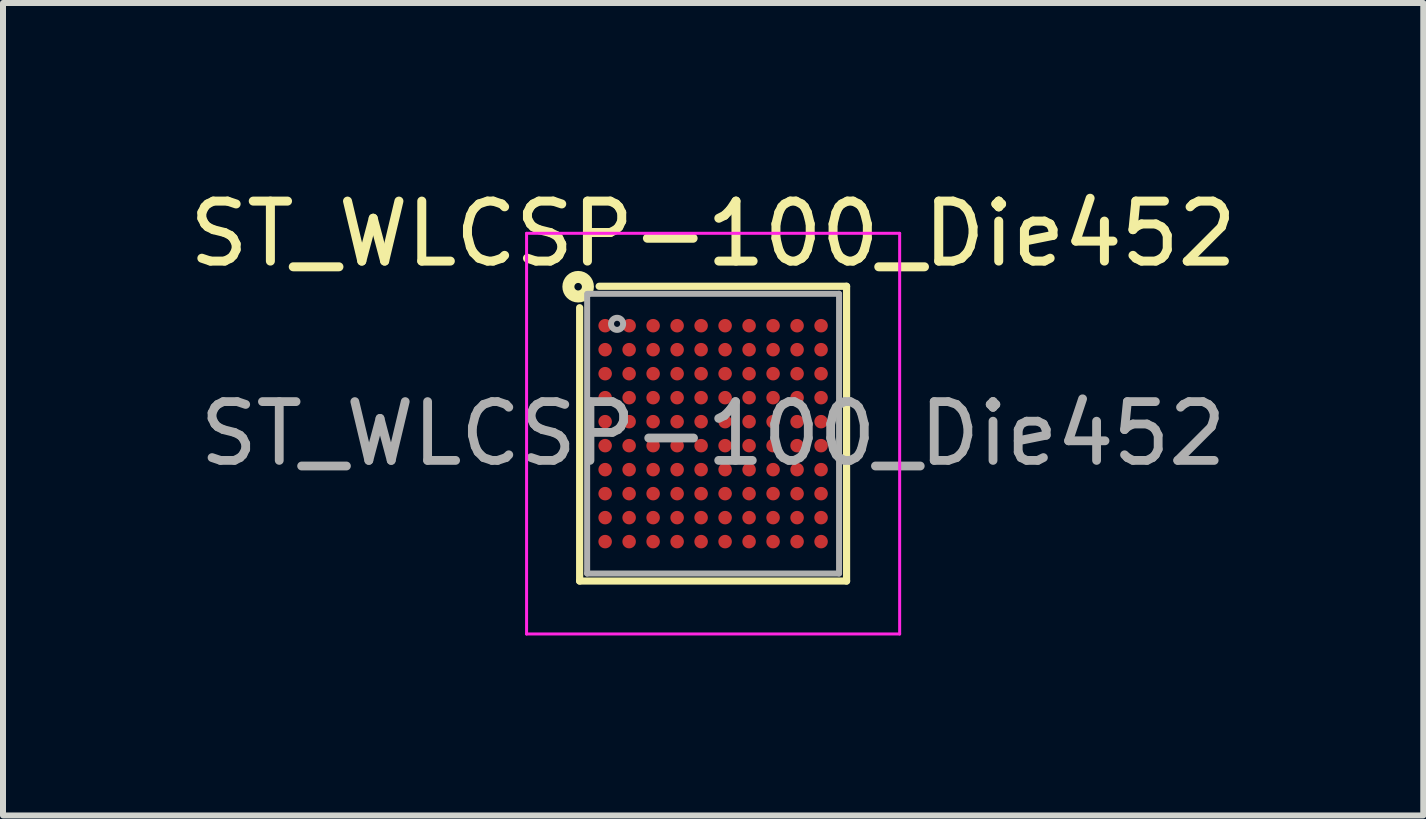
<source format=kicad_pcb>
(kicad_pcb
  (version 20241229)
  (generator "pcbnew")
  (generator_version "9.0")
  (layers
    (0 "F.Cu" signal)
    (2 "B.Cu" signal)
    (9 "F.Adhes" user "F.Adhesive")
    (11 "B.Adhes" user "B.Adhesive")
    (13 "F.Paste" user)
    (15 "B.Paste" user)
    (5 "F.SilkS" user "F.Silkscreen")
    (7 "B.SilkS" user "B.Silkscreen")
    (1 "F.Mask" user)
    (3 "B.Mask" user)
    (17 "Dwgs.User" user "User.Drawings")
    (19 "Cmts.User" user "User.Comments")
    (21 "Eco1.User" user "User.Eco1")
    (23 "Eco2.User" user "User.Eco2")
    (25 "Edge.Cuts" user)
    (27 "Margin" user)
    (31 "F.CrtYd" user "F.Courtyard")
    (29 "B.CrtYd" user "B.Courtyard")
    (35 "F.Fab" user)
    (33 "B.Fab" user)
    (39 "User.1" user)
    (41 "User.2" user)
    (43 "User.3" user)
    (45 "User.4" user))
  (footprint "ST_WLCSP-100_Die452"
    (layer "F.Cu")
    (at 8.839 4.18)
    (property "Reference" "ST_WLCSP-100_Die452" (at 0 -3.332 0) (layer "F.SilkS") (effects (font (size 1 1) (thickness 0.15))))
    (attr smd)
    (fp_line (start -2.225 2.457) (end -2.225 -2.1) (stroke (width 0.12) (type solid)) (layer "F.SilkS"))
    (fp_line (start -1.9 -2.457) (end 2.225 -2.457) (stroke (width 0.12) (type solid)) (layer "F.SilkS"))
    (fp_line (start 2.225 -2.457) (end 2.225 2.457) (stroke (width 0.12) (type solid)) (layer "F.SilkS"))
    (fp_line (start 2.225 2.457) (end -2.225 2.457) (stroke (width 0.12) (type solid)) (layer "F.SilkS"))
    (fp_circle (center -2.25 -2.45) (end -2.187 -2.45) (stroke (width 0.2) (type solid)) (fill no) (layer "F.SilkS"))
    (fp_line (start -3.11 -3.34) (end -3.11 3.34) (stroke (width 0.05) (type solid)) (layer "F.CrtYd"))
    (fp_line (start -3.11 3.34) (end 3.11 3.34) (stroke (width 0.05) (type solid)) (layer "F.CrtYd"))
    (fp_line (start 3.11 -3.34) (end -3.11 -3.34) (stroke (width 0.05) (type solid)) (layer "F.CrtYd"))
    (fp_line (start 3.11 3.34) (end 3.11 -3.34) (stroke (width 0.05) (type solid)) (layer "F.CrtYd"))
    (fp_line (start -2.1 2.332) (end -2.1 -2.33) (stroke (width 0.1) (type solid)) (layer "F.Fab"))
    (fp_line (start -2.09 -2.332) (end 2.1 -2.332) (stroke (width 0.1) (type solid)) (layer "F.Fab"))
    (fp_line (start 2.1 -2.332) (end 2.1 2.332) (stroke (width 0.1) (type solid)) (layer "F.Fab"))
    (fp_line (start 2.1 2.332) (end -2.1 2.332) (stroke (width 0.1) (type solid)) (layer "F.Fab"))
    (fp_circle (center -1.601 -1.831) (end -1.5 -1.831) (stroke (width 0.1) (type solid)) (fill no) (layer "F.Fab"))
    (fp_text user "${REFERENCE}" (at 0 0 0) (layer "F.Fab") (effects (font (size 0.98 0.98) (thickness 0.147))))
    (pad "A1" smd circle (at -1.8 -1.8) (size 0.225 0.225) (layers "F.Cu" "F.Mask" "F.Paste"))
    (pad "A2" smd circle (at -1.4 -1.8) (size 0.225 0.225) (layers "F.Cu" "F.Mask" "F.Paste"))
    (pad "A3" smd circle (at -1 -1.8) (size 0.225 0.225) (layers "F.Cu" "F.Mask" "F.Paste"))
    (pad "A4" smd circle (at -0.6 -1.8) (size 0.225 0.225) (layers "F.Cu" "F.Mask" "F.Paste"))
    (pad "A5" smd circle (at -0.2 -1.8) (size 0.225 0.225) (layers "F.Cu" "F.Mask" "F.Paste"))
    (pad "A6" smd circle (at 0.2 -1.8) (size 0.225 0.225) (layers "F.Cu" "F.Mask" "F.Paste"))
    (pad "A7" smd circle (at 0.6 -1.8) (size 0.225 0.225) (layers "F.Cu" "F.Mask" "F.Paste"))
    (pad "A8" smd circle (at 1 -1.8) (size 0.225 0.225) (layers "F.Cu" "F.Mask" "F.Paste"))
    (pad "A9" smd circle (at 1.4 -1.8) (size 0.225 0.225) (layers "F.Cu" "F.Mask" "F.Paste"))
    (pad "A10" smd circle (at 1.8 -1.8) (size 0.225 0.225) (layers "F.Cu" "F.Mask" "F.Paste"))
    (pad "B1" smd circle (at -1.8 -1.4) (size 0.225 0.225) (layers "F.Cu" "F.Mask" "F.Paste"))
    (pad "B2" smd circle (at -1.4 -1.4) (size 0.225 0.225) (layers "F.Cu" "F.Mask" "F.Paste"))
    (pad "B3" smd circle (at -1 -1.4) (size 0.225 0.225) (layers "F.Cu" "F.Mask" "F.Paste"))
    (pad "B4" smd circle (at -0.6 -1.4) (size 0.225 0.225) (layers "F.Cu" "F.Mask" "F.Paste"))
    (pad "B5" smd circle (at -0.2 -1.4) (size 0.225 0.225) (layers "F.Cu" "F.Mask" "F.Paste"))
    (pad "B6" smd circle (at 0.2 -1.4) (size 0.225 0.225) (layers "F.Cu" "F.Mask" "F.Paste"))
    (pad "B7" smd circle (at 0.6 -1.4) (size 0.225 0.225) (layers "F.Cu" "F.Mask" "F.Paste"))
    (pad "B8" smd circle (at 1 -1.4) (size 0.225 0.225) (layers "F.Cu" "F.Mask" "F.Paste"))
    (pad "B9" smd circle (at 1.4 -1.4) (size 0.225 0.225) (layers "F.Cu" "F.Mask" "F.Paste"))
    (pad "B10" smd circle (at 1.8 -1.4) (size 0.225 0.225) (layers "F.Cu" "F.Mask" "F.Paste"))
    (pad "C1" smd circle (at -1.8 -1) (size 0.225 0.225) (layers "F.Cu" "F.Mask" "F.Paste"))
    (pad "C2" smd circle (at -1.4 -1) (size 0.225 0.225) (layers "F.Cu" "F.Mask" "F.Paste"))
    (pad "C3" smd circle (at -1 -1) (size 0.225 0.225) (layers "F.Cu" "F.Mask" "F.Paste"))
    (pad "C4" smd circle (at -0.6 -1) (size 0.225 0.225) (layers "F.Cu" "F.Mask" "F.Paste"))
    (pad "C5" smd circle (at -0.2 -1) (size 0.225 0.225) (layers "F.Cu" "F.Mask" "F.Paste"))
    (pad "C6" smd circle (at 0.2 -1) (size 0.225 0.225) (layers "F.Cu" "F.Mask" "F.Paste"))
    (pad "C7" smd circle (at 0.6 -1) (size 0.225 0.225) (layers "F.Cu" "F.Mask" "F.Paste"))
    (pad "C8" smd circle (at 1 -1) (size 0.225 0.225) (layers "F.Cu" "F.Mask" "F.Paste"))
    (pad "C9" smd circle (at 1.4 -1) (size 0.225 0.225) (layers "F.Cu" "F.Mask" "F.Paste"))
    (pad "C10" smd circle (at 1.8 -1) (size 0.225 0.225) (layers "F.Cu" "F.Mask" "F.Paste"))
    (pad "D1" smd circle (at -1.8 -0.6) (size 0.225 0.225) (layers "F.Cu" "F.Mask" "F.Paste"))
    (pad "D2" smd circle (at -1.4 -0.6) (size 0.225 0.225) (layers "F.Cu" "F.Mask" "F.Paste"))
    (pad "D3" smd circle (at -1 -0.6) (size 0.225 0.225) (layers "F.Cu" "F.Mask" "F.Paste"))
    (pad "D4" smd circle (at -0.6 -0.6) (size 0.225 0.225) (layers "F.Cu" "F.Mask" "F.Paste"))
    (pad "D5" smd circle (at -0.2 -0.6) (size 0.225 0.225) (layers "F.Cu" "F.Mask" "F.Paste"))
    (pad "D6" smd circle (at 0.2 -0.6) (size 0.225 0.225) (layers "F.Cu" "F.Mask" "F.Paste"))
    (pad "D7" smd circle (at 0.6 -0.6) (size 0.225 0.225) (layers "F.Cu" "F.Mask" "F.Paste"))
    (pad "D8" smd circle (at 1 -0.6) (size 0.225 0.225) (layers "F.Cu" "F.Mask" "F.Paste"))
    (pad "D9" smd circle (at 1.4 -0.6) (size 0.225 0.225) (layers "F.Cu" "F.Mask" "F.Paste"))
    (pad "D10" smd circle (at 1.8 -0.6) (size 0.225 0.225) (layers "F.Cu" "F.Mask" "F.Paste"))
    (pad "E1" smd circle (at -1.8 -0.2) (size 0.225 0.225) (layers "F.Cu" "F.Mask" "F.Paste"))
    (pad "E2" smd circle (at -1.4 -0.2) (size 0.225 0.225) (layers "F.Cu" "F.Mask" "F.Paste"))
    (pad "E3" smd circle (at -1 -0.2) (size 0.225 0.225) (layers "F.Cu" "F.Mask" "F.Paste"))
    (pad "E4" smd circle (at -0.6 -0.2) (size 0.225 0.225) (layers "F.Cu" "F.Mask" "F.Paste"))
    (pad "E5" smd circle (at -0.2 -0.2) (size 0.225 0.225) (layers "F.Cu" "F.Mask" "F.Paste"))
    (pad "E6" smd circle (at 0.2 -0.2) (size 0.225 0.225) (layers "F.Cu" "F.Mask" "F.Paste"))
    (pad "E7" smd circle (at 0.6 -0.2) (size 0.225 0.225) (layers "F.Cu" "F.Mask" "F.Paste"))
    (pad "E8" smd circle (at 1 -0.2) (size 0.225 0.225) (layers "F.Cu" "F.Mask" "F.Paste"))
    (pad "E9" smd circle (at 1.4 -0.2) (size 0.225 0.225) (layers "F.Cu" "F.Mask" "F.Paste"))
    (pad "E10" smd circle (at 1.8 -0.2) (size 0.225 0.225) (layers "F.Cu" "F.Mask" "F.Paste"))
    (pad "F1" smd circle (at -1.8 0.2) (size 0.225 0.225) (layers "F.Cu" "F.Mask" "F.Paste"))
    (pad "F2" smd circle (at -1.4 0.2) (size 0.225 0.225) (layers "F.Cu" "F.Mask" "F.Paste"))
    (pad "F3" smd circle (at -1 0.2) (size 0.225 0.225) (layers "F.Cu" "F.Mask" "F.Paste"))
    (pad "F4" smd circle (at -0.6 0.2) (size 0.225 0.225) (layers "F.Cu" "F.Mask" "F.Paste"))
    (pad "F5" smd circle (at -0.2 0.2) (size 0.225 0.225) (layers "F.Cu" "F.Mask" "F.Paste"))
    (pad "F6" smd circle (at 0.2 0.2) (size 0.225 0.225) (layers "F.Cu" "F.Mask" "F.Paste"))
    (pad "F7" smd circle (at 0.6 0.2) (size 0.225 0.225) (layers "F.Cu" "F.Mask" "F.Paste"))
    (pad "F8" smd circle (at 1 0.2) (size 0.225 0.225) (layers "F.Cu" "F.Mask" "F.Paste"))
    (pad "F9" smd circle (at 1.4 0.2) (size 0.225 0.225) (layers "F.Cu" "F.Mask" "F.Paste"))
    (pad "F10" smd circle (at 1.8 0.2) (size 0.225 0.225) (layers "F.Cu" "F.Mask" "F.Paste"))
    (pad "G1" smd circle (at -1.8 0.6) (size 0.225 0.225) (layers "F.Cu" "F.Mask" "F.Paste"))
    (pad "G2" smd circle (at -1.4 0.6) (size 0.225 0.225) (layers "F.Cu" "F.Mask" "F.Paste"))
    (pad "G3" smd circle (at -1 0.6) (size 0.225 0.225) (layers "F.Cu" "F.Mask" "F.Paste"))
    (pad "G4" smd circle (at -0.6 0.6) (size 0.225 0.225) (layers "F.Cu" "F.Mask" "F.Paste"))
    (pad "G5" smd circle (at -0.2 0.6) (size 0.225 0.225) (layers "F.Cu" "F.Mask" "F.Paste"))
    (pad "G6" smd circle (at 0.2 0.6) (size 0.225 0.225) (layers "F.Cu" "F.Mask" "F.Paste"))
    (pad "G7" smd circle (at 0.6 0.6) (size 0.225 0.225) (layers "F.Cu" "F.Mask" "F.Paste"))
    (pad "G8" smd circle (at 1 0.6) (size 0.225 0.225) (layers "F.Cu" "F.Mask" "F.Paste"))
    (pad "G9" smd circle (at 1.4 0.6) (size 0.225 0.225) (layers "F.Cu" "F.Mask" "F.Paste"))
    (pad "G10" smd circle (at 1.8 0.6) (size 0.225 0.225) (layers "F.Cu" "F.Mask" "F.Paste"))
    (pad "H1" smd circle (at -1.8 1) (size 0.225 0.225) (layers "F.Cu" "F.Mask" "F.Paste"))
    (pad "H2" smd circle (at -1.4 1) (size 0.225 0.225) (layers "F.Cu" "F.Mask" "F.Paste"))
    (pad "H3" smd circle (at -1 1) (size 0.225 0.225) (layers "F.Cu" "F.Mask" "F.Paste"))
    (pad "H4" smd circle (at -0.6 1) (size 0.225 0.225) (layers "F.Cu" "F.Mask" "F.Paste"))
    (pad "H5" smd circle (at -0.2 1) (size 0.225 0.225) (layers "F.Cu" "F.Mask" "F.Paste"))
    (pad "H6" smd circle (at 0.2 1) (size 0.225 0.225) (layers "F.Cu" "F.Mask" "F.Paste"))
    (pad "H7" smd circle (at 0.6 1) (size 0.225 0.225) (layers "F.Cu" "F.Mask" "F.Paste"))
    (pad "H8" smd circle (at 1 1) (size 0.225 0.225) (layers "F.Cu" "F.Mask" "F.Paste"))
    (pad "H9" smd circle (at 1.4 1) (size 0.225 0.225) (layers "F.Cu" "F.Mask" "F.Paste"))
    (pad "H10" smd circle (at 1.8 1) (size 0.225 0.225) (layers "F.Cu" "F.Mask" "F.Paste"))
    (pad "J1" smd circle (at -1.8 1.4) (size 0.225 0.225) (layers "F.Cu" "F.Mask" "F.Paste"))
    (pad "J2" smd circle (at -1.4 1.4) (size 0.225 0.225) (layers "F.Cu" "F.Mask" "F.Paste"))
    (pad "J3" smd circle (at -1 1.4) (size 0.225 0.225) (layers "F.Cu" "F.Mask" "F.Paste"))
    (pad "J4" smd circle (at -0.6 1.4) (size 0.225 0.225) (layers "F.Cu" "F.Mask" "F.Paste"))
    (pad "J5" smd circle (at -0.2 1.4) (size 0.225 0.225) (layers "F.Cu" "F.Mask" "F.Paste"))
    (pad "J6" smd circle (at 0.2 1.4) (size 0.225 0.225) (layers "F.Cu" "F.Mask" "F.Paste"))
    (pad "J7" smd circle (at 0.6 1.4) (size 0.225 0.225) (layers "F.Cu" "F.Mask" "F.Paste"))
    (pad "J8" smd circle (at 1 1.4) (size 0.225 0.225) (layers "F.Cu" "F.Mask" "F.Paste"))
    (pad "J9" smd circle (at 1.4 1.4) (size 0.225 0.225) (layers "F.Cu" "F.Mask" "F.Paste"))
    (pad "J10" smd circle (at 1.8 1.4) (size 0.225 0.225) (layers "F.Cu" "F.Mask" "F.Paste"))
    (pad "K1" smd circle (at -1.8 1.8) (size 0.225 0.225) (layers "F.Cu" "F.Mask" "F.Paste"))
    (pad "K2" smd circle (at -1.4 1.8) (size 0.225 0.225) (layers "F.Cu" "F.Mask" "F.Paste"))
    (pad "K3" smd circle (at -1 1.8) (size 0.225 0.225) (layers "F.Cu" "F.Mask" "F.Paste"))
    (pad "K4" smd circle (at -0.6 1.8) (size 0.225 0.225) (layers "F.Cu" "F.Mask" "F.Paste"))
    (pad "K5" smd circle (at -0.2 1.8) (size 0.225 0.225) (layers "F.Cu" "F.Mask" "F.Paste"))
    (pad "K6" smd circle (at 0.2 1.8) (size 0.225 0.225) (layers "F.Cu" "F.Mask" "F.Paste"))
    (pad "K7" smd circle (at 0.6 1.8) (size 0.225 0.225) (layers "F.Cu" "F.Mask" "F.Paste"))
    (pad "K8" smd circle (at 1 1.8) (size 0.225 0.225) (layers "F.Cu" "F.Mask" "F.Paste"))
    (pad "K9" smd circle (at 1.4 1.8) (size 0.225 0.225) (layers "F.Cu" "F.Mask" "F.Paste"))
    (pad "K10" smd circle (at 1.8 1.8) (size 0.225 0.225) (layers "F.Cu" "F.Mask" "F.Paste")))
  (gr_rect
    (start -3 -3)
    (end 20.679 10.545)
    (stroke (width 0.1) (type default))
    (fill no)
    (layer "Edge.Cuts")))
</source>
